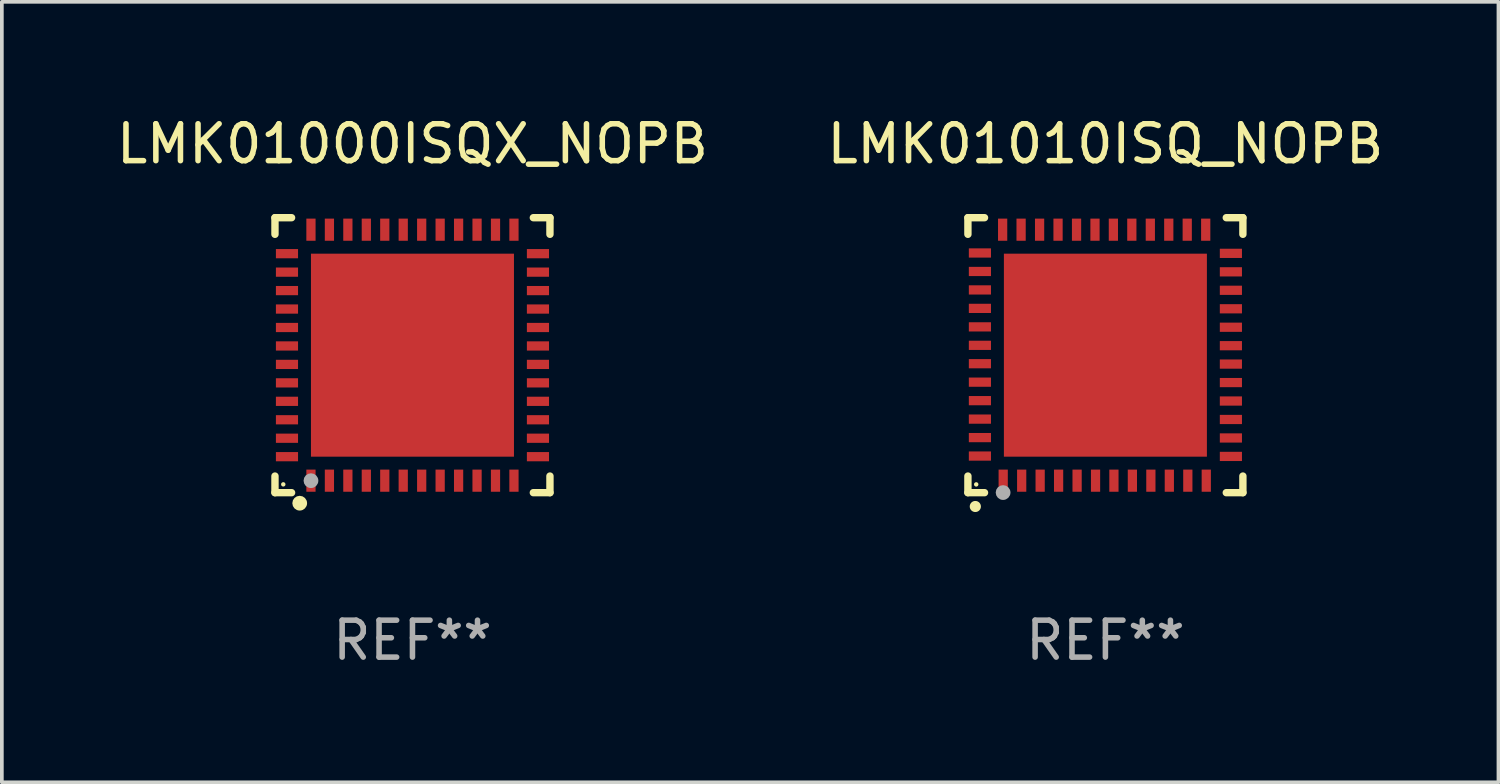
<source format=kicad_pcb>
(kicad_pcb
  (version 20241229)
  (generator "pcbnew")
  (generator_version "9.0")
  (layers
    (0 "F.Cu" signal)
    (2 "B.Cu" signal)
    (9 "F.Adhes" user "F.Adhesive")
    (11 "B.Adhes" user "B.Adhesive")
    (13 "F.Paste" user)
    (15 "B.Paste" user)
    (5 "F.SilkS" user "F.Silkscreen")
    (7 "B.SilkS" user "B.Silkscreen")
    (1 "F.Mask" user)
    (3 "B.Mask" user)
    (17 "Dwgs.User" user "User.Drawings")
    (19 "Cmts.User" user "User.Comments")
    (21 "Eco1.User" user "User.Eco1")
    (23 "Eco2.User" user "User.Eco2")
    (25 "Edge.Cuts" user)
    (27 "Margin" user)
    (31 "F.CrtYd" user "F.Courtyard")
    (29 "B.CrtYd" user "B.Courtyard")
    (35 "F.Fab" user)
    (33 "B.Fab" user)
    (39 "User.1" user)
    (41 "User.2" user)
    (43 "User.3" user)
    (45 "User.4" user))
  (footprint "LMK01000ISQX_NOPB"
    (layer "F.Cu")
    (at 8.125 6.573)
    (property "Reference" "LMK01000ISQX_NOPB" (at 0 -5.725 0) (layer "F.SilkS") (effects (font (size 1 1) (thickness 0.15))))
    (attr through_hole)
    (fp_line (start -3.725 -3.725) (end -3.275 -3.725) (stroke (width 0.2) (type solid)) (layer "F.SilkS"))
    (fp_line (start -3.725 -3.275) (end -3.725 -3.725) (stroke (width 0.2) (type solid)) (layer "F.SilkS"))
    (fp_line (start -3.725 3.725) (end -3.725 3.275) (stroke (width 0.2) (type solid)) (layer "F.SilkS"))
    (fp_line (start -3.275 3.725) (end -3.725 3.725) (stroke (width 0.2) (type solid)) (layer "F.SilkS"))
    (fp_line (start 3.275 3.725) (end 3.725 3.725) (stroke (width 0.2) (type solid)) (layer "F.SilkS"))
    (fp_line (start 3.725 -3.725) (end 3.275 -3.725) (stroke (width 0.2) (type solid)) (layer "F.SilkS"))
    (fp_line (start 3.725 -3.275) (end 3.725 -3.725) (stroke (width 0.2) (type solid)) (layer "F.SilkS"))
    (fp_line (start 3.725 3.725) (end 3.725 3.275) (stroke (width 0.2) (type solid)) (layer "F.SilkS"))
    (fp_circle (center -3.5 3.5) (end -3.47 3.5) (stroke (width 0.06) (type solid)) (fill no) (layer "F.SilkS"))
    (fp_circle (center -3.055 4.01) (end -2.955 4.01) (stroke (width 0.2) (type solid)) (fill no) (layer "F.SilkS"))
    (fp_circle (center -2.75 3.4) (end -2.65 3.4) (stroke (width 0.2) (type solid)) (fill no) (layer "F.Fab"))
    (fp_text user "REF**" (at 0 7.725 0) (layer "F.Fab") (effects (font (size 1 1) (thickness 0.15))))
    (pad "1" smd rect (at -2.75 3.4 180) (size 0.25 0.6) (layers "F.Cu" "F.Mask" "F.Paste"))
    (pad "2" smd rect (at -2.25 3.4 180) (size 0.25 0.6) (layers "F.Cu" "F.Mask" "F.Paste"))
    (pad "3" smd rect (at -1.75 3.4 180) (size 0.25 0.6) (layers "F.Cu" "F.Mask" "F.Paste"))
    (pad "4" smd rect (at -1.25 3.4 180) (size 0.25 0.6) (layers "F.Cu" "F.Mask" "F.Paste"))
    (pad "5" smd rect (at -0.75 3.4 180) (size 0.25 0.6) (layers "F.Cu" "F.Mask" "F.Paste"))
    (pad "6" smd rect (at -0.25 3.4 180) (size 0.25 0.6) (layers "F.Cu" "F.Mask" "F.Paste"))
    (pad "7" smd rect (at 0.25 3.4 180) (size 0.25 0.6) (layers "F.Cu" "F.Mask" "F.Paste"))
    (pad "8" smd rect (at 0.75 3.4 180) (size 0.25 0.6) (layers "F.Cu" "F.Mask" "F.Paste"))
    (pad "9" smd rect (at 1.25 3.4 180) (size 0.25 0.6) (layers "F.Cu" "F.Mask" "F.Paste"))
    (pad "10" smd rect (at 1.75 3.4 180) (size 0.25 0.6) (layers "F.Cu" "F.Mask" "F.Paste"))
    (pad "11" smd rect (at 2.25 3.4 180) (size 0.25 0.6) (layers "F.Cu" "F.Mask" "F.Paste"))
    (pad "12" smd rect (at 2.75 3.4 180) (size 0.25 0.6) (layers "F.Cu" "F.Mask" "F.Paste"))
    (pad "13" smd rect (at 3.4 2.75 90) (size 0.25 0.6) (layers "F.Cu" "F.Mask" "F.Paste"))
    (pad "14" smd rect (at 3.4 2.25 90) (size 0.25 0.6) (layers "F.Cu" "F.Mask" "F.Paste"))
    (pad "15" smd rect (at 3.4 1.75 90) (size 0.25 0.6) (layers "F.Cu" "F.Mask" "F.Paste"))
    (pad "16" smd rect (at 3.4 1.25 90) (size 0.25 0.6) (layers "F.Cu" "F.Mask" "F.Paste"))
    (pad "17" smd rect (at 3.4 0.75 90) (size 0.25 0.6) (layers "F.Cu" "F.Mask" "F.Paste"))
    (pad "18" smd rect (at 3.4 0.25 90) (size 0.25 0.6) (layers "F.Cu" "F.Mask" "F.Paste"))
    (pad "19" smd rect (at 3.4 -0.25 90) (size 0.25 0.6) (layers "F.Cu" "F.Mask" "F.Paste"))
    (pad "20" smd rect (at 3.4 -0.75 90) (size 0.25 0.6) (layers "F.Cu" "F.Mask" "F.Paste"))
    (pad "21" smd rect (at 3.4 -1.25 90) (size 0.25 0.6) (layers "F.Cu" "F.Mask" "F.Paste"))
    (pad "22" smd rect (at 3.4 -1.75 90) (size 0.25 0.6) (layers "F.Cu" "F.Mask" "F.Paste"))
    (pad "23" smd rect (at 3.4 -2.25 90) (size 0.25 0.6) (layers "F.Cu" "F.Mask" "F.Paste"))
    (pad "24" smd rect (at 3.4 -2.75 90) (size 0.25 0.6) (layers "F.Cu" "F.Mask" "F.Paste"))
    (pad "25" smd rect (at 2.75 -3.4 180) (size 0.25 0.6) (layers "F.Cu" "F.Mask" "F.Paste"))
    (pad "26" smd rect (at 2.25 -3.4 180) (size 0.25 0.6) (layers "F.Cu" "F.Mask" "F.Paste"))
    (pad "27" smd rect (at 1.75 -3.4 180) (size 0.25 0.6) (layers "F.Cu" "F.Mask" "F.Paste"))
    (pad "28" smd rect (at 1.25 -3.4 180) (size 0.25 0.6) (layers "F.Cu" "F.Mask" "F.Paste"))
    (pad "29" smd rect (at 0.75 -3.4 180) (size 0.25 0.6) (layers "F.Cu" "F.Mask" "F.Paste"))
    (pad "30" smd rect (at 0.25 -3.4 180) (size 0.25 0.6) (layers "F.Cu" "F.Mask" "F.Paste"))
    (pad "31" smd rect (at -0.25 -3.4 180) (size 0.25 0.6) (layers "F.Cu" "F.Mask" "F.Paste"))
    (pad "32" smd rect (at -0.75 -3.4 180) (size 0.25 0.6) (layers "F.Cu" "F.Mask" "F.Paste"))
    (pad "33" smd rect (at -1.25 -3.4 180) (size 0.25 0.6) (layers "F.Cu" "F.Mask" "F.Paste"))
    (pad "34" smd rect (at -1.75 -3.4 180) (size 0.25 0.6) (layers "F.Cu" "F.Mask" "F.Paste"))
    (pad "35" smd rect (at -2.25 -3.4 180) (size 0.25 0.6) (layers "F.Cu" "F.Mask" "F.Paste"))
    (pad "36" smd rect (at -2.75 -3.4 180) (size 0.25 0.6) (layers "F.Cu" "F.Mask" "F.Paste"))
    (pad "37" smd rect (at -3.4 -2.75 90) (size 0.25 0.6) (layers "F.Cu" "F.Mask" "F.Paste"))
    (pad "38" smd rect (at -3.4 -2.25 90) (size 0.25 0.6) (layers "F.Cu" "F.Mask" "F.Paste"))
    (pad "39" smd rect (at -3.4 -1.75 90) (size 0.25 0.6) (layers "F.Cu" "F.Mask" "F.Paste"))
    (pad "40" smd rect (at -3.4 -1.25 90) (size 0.25 0.6) (layers "F.Cu" "F.Mask" "F.Paste"))
    (pad "41" smd rect (at -3.4 -0.75 90) (size 0.25 0.6) (layers "F.Cu" "F.Mask" "F.Paste"))
    (pad "42" smd rect (at -3.4 -0.25 90) (size 0.25 0.6) (layers "F.Cu" "F.Mask" "F.Paste"))
    (pad "43" smd rect (at -3.4 0.25 90) (size 0.25 0.6) (layers "F.Cu" "F.Mask" "F.Paste"))
    (pad "44" smd rect (at -3.4 0.75 90) (size 0.25 0.6) (layers "F.Cu" "F.Mask" "F.Paste"))
    (pad "45" smd rect (at -3.4 1.25 90) (size 0.25 0.6) (layers "F.Cu" "F.Mask" "F.Paste"))
    (pad "46" smd rect (at -3.4 1.75 90) (size 0.25 0.6) (layers "F.Cu" "F.Mask" "F.Paste"))
    (pad "47" smd rect (at -3.4 2.25 90) (size 0.25 0.6) (layers "F.Cu" "F.Mask" "F.Paste"))
    (pad "48" smd rect (at -3.4 2.75 90) (size 0.25 0.6) (layers "F.Cu" "F.Mask" "F.Paste"))
    (pad "49" smd rect (at -0.000076 -0.000076 90) (size 5.5 5.5) (layers "F.Cu" "F.Mask" "F.Paste")))
  (footprint "LMK01010ISQ_NOPB"
    (layer "F.Cu")
    (at 26.899 6.573)
    (property "Reference" "LMK01010ISQ_NOPB" (at 0 -5.725 0) (layer "F.SilkS") (effects (font (size 1 1) (thickness 0.15))))
    (attr through_hole)
    (fp_line (start -3.725 -3.725) (end -3.275 -3.725) (stroke (width 0.2) (type solid)) (layer "F.SilkS"))
    (fp_line (start -3.725 -3.275) (end -3.725 -3.725) (stroke (width 0.2) (type solid)) (layer "F.SilkS"))
    (fp_line (start -3.725 3.725) (end -3.725 3.275) (stroke (width 0.2) (type solid)) (layer "F.SilkS"))
    (fp_line (start -3.275 3.725) (end -3.725 3.725) (stroke (width 0.2) (type solid)) (layer "F.SilkS"))
    (fp_line (start 3.275 3.725) (end 3.725 3.725) (stroke (width 0.2) (type solid)) (layer "F.SilkS"))
    (fp_line (start 3.725 -3.725) (end 3.275 -3.725) (stroke (width 0.2) (type solid)) (layer "F.SilkS"))
    (fp_line (start 3.725 -3.275) (end 3.725 -3.725) (stroke (width 0.2) (type solid)) (layer "F.SilkS"))
    (fp_line (start 3.725 3.725) (end 3.725 3.275) (stroke (width 0.2) (type solid)) (layer "F.SilkS"))
    (fp_arc (start -3.525527 4.099568) (mid -3.524257 4.099563) (end -3.522987 4.099568) (stroke (width 0.3) (type solid)) (layer "F.SilkS"))
    (fp_circle (center -3.5 3.501) (end -3.47 3.501) (stroke (width 0.06) (type solid)) (fill no) (layer "F.SilkS"))
    (fp_circle (center -2.772 3.722) (end -2.672 3.722) (stroke (width 0.2) (type solid)) (fill no) (layer "F.Fab"))
    (fp_text user "REF**" (at 0 7.725 0) (layer "F.Fab") (effects (font (size 1 1) (thickness 0.15))))
    (pad "1" smd rect (at -2.769 3.4 180) (size 0.25 0.6) (layers "F.Cu" "F.Mask" "F.Paste"))
    (pad "2" smd rect (at -2.268 3.4 180) (size 0.25 0.6) (layers "F.Cu" "F.Mask" "F.Paste"))
    (pad "3" smd rect (at -1.768 3.4 180) (size 0.25 0.6) (layers "F.Cu" "F.Mask" "F.Paste"))
    (pad "4" smd rect (at -1.268 3.4 180) (size 0.25 0.6) (layers "F.Cu" "F.Mask" "F.Paste"))
    (pad "5" smd rect (at -0.767 3.4 180) (size 0.25 0.6) (layers "F.Cu" "F.Mask" "F.Paste"))
    (pad "6" smd rect (at -0.267 3.4 180) (size 0.25 0.6) (layers "F.Cu" "F.Mask" "F.Paste"))
    (pad "7" smd rect (at 0.231 3.4 180) (size 0.25 0.6) (layers "F.Cu" "F.Mask" "F.Paste"))
    (pad "8" smd rect (at 0.731 3.4 180) (size 0.25 0.6) (layers "F.Cu" "F.Mask" "F.Paste"))
    (pad "9" smd rect (at 1.232 3.4 180) (size 0.25 0.6) (layers "F.Cu" "F.Mask" "F.Paste"))
    (pad "10" smd rect (at 1.732 3.4 180) (size 0.25 0.6) (layers "F.Cu" "F.Mask" "F.Paste"))
    (pad "11" smd rect (at 2.233 3.4 180) (size 0.25 0.6) (layers "F.Cu" "F.Mask" "F.Paste"))
    (pad "12" smd rect (at 2.733 3.4 180) (size 0.25 0.6) (layers "F.Cu" "F.Mask" "F.Paste"))
    (pad "13" smd rect (at 3.4 2.743 90) (size 0.25 0.6) (layers "F.Cu" "F.Mask" "F.Paste"))
    (pad "14" smd rect (at 3.4 2.243 90) (size 0.25 0.6) (layers "F.Cu" "F.Mask" "F.Paste"))
    (pad "15" smd rect (at 3.4 1.742 90) (size 0.25 0.6) (layers "F.Cu" "F.Mask" "F.Paste"))
    (pad "16" smd rect (at 3.4 1.242 90) (size 0.25 0.6) (layers "F.Cu" "F.Mask" "F.Paste"))
    (pad "17" smd rect (at 3.4 0.742 90) (size 0.25 0.6) (layers "F.Cu" "F.Mask" "F.Paste"))
    (pad "18" smd rect (at 3.4 0.241 90) (size 0.25 0.6) (layers "F.Cu" "F.Mask" "F.Paste"))
    (pad "19" smd rect (at 3.4 -0.257 90) (size 0.25 0.6) (layers "F.Cu" "F.Mask" "F.Paste"))
    (pad "20" smd rect (at 3.4 -0.757 90) (size 0.25 0.6) (layers "F.Cu" "F.Mask" "F.Paste"))
    (pad "21" smd rect (at 3.4 -1.257 90) (size 0.25 0.6) (layers "F.Cu" "F.Mask" "F.Paste"))
    (pad "22" smd rect (at 3.4 -1.758 90) (size 0.25 0.6) (layers "F.Cu" "F.Mask" "F.Paste"))
    (pad "23" smd rect (at 3.4 -2.258 90) (size 0.25 0.6) (layers "F.Cu" "F.Mask" "F.Paste"))
    (pad "24" smd rect (at 3.4 -2.759 90) (size 0.25 0.6) (layers "F.Cu" "F.Mask" "F.Paste"))
    (pad "25" smd rect (at 2.718 -3.4 180) (size 0.25 0.6) (layers "F.Cu" "F.Mask" "F.Paste"))
    (pad "26" smd rect (at 2.217 -3.4 180) (size 0.25 0.6) (layers "F.Cu" "F.Mask" "F.Paste"))
    (pad "27" smd rect (at 1.717 -3.4 180) (size 0.25 0.6) (layers "F.Cu" "F.Mask" "F.Paste"))
    (pad "28" smd rect (at 1.217 -3.4 180) (size 0.25 0.6) (layers "F.Cu" "F.Mask" "F.Paste"))
    (pad "29" smd rect (at 0.716 -3.4 180) (size 0.25 0.6) (layers "F.Cu" "F.Mask" "F.Paste"))
    (pad "30" smd rect (at 0.216 -3.4 180) (size 0.25 0.6) (layers "F.Cu" "F.Mask" "F.Paste"))
    (pad "31" smd rect (at -0.282 -3.4 180) (size 0.25 0.6) (layers "F.Cu" "F.Mask" "F.Paste"))
    (pad "32" smd rect (at -0.782 -3.4 180) (size 0.25 0.6) (layers "F.Cu" "F.Mask" "F.Paste"))
    (pad "33" smd rect (at -1.283 -3.4 180) (size 0.25 0.6) (layers "F.Cu" "F.Mask" "F.Paste"))
    (pad "34" smd rect (at -1.783 -3.4 180) (size 0.25 0.6) (layers "F.Cu" "F.Mask" "F.Paste"))
    (pad "35" smd rect (at -2.284 -3.4 180) (size 0.25 0.6) (layers "F.Cu" "F.Mask" "F.Paste"))
    (pad "36" smd rect (at -2.784 -3.4 180) (size 0.25 0.6) (layers "F.Cu" "F.Mask" "F.Paste"))
    (pad "37" smd rect (at -3.4 -2.769 90) (size 0.25 0.6) (layers "F.Cu" "F.Mask" "F.Paste"))
    (pad "38" smd rect (at -3.4 -2.268 90) (size 0.25 0.6) (layers "F.Cu" "F.Mask" "F.Paste"))
    (pad "39" smd rect (at -3.4 -1.768 90) (size 0.25 0.6) (layers "F.Cu" "F.Mask" "F.Paste"))
    (pad "40" smd rect (at -3.4 -1.268 90) (size 0.25 0.6) (layers "F.Cu" "F.Mask" "F.Paste"))
    (pad "41" smd rect (at -3.4 -0.767 90) (size 0.25 0.6) (layers "F.Cu" "F.Mask" "F.Paste"))
    (pad "42" smd rect (at -3.4 -0.267 90) (size 0.25 0.6) (layers "F.Cu" "F.Mask" "F.Paste"))
    (pad "43" smd rect (at -3.4 0.231 90) (size 0.25 0.6) (layers "F.Cu" "F.Mask" "F.Paste"))
    (pad "44" smd rect (at -3.4 0.731 90) (size 0.25 0.6) (layers "F.Cu" "F.Mask" "F.Paste"))
    (pad "45" smd rect (at -3.4 1.232 90) (size 0.25 0.6) (layers "F.Cu" "F.Mask" "F.Paste"))
    (pad "46" smd rect (at -3.4 1.732 90) (size 0.25 0.6) (layers "F.Cu" "F.Mask" "F.Paste"))
    (pad "47" smd rect (at -3.4 2.233 90) (size 0.25 0.6) (layers "F.Cu" "F.Mask" "F.Paste"))
    (pad "48" smd rect (at -3.4 2.733 90) (size 0.25 0.6) (layers "F.Cu" "F.Mask" "F.Paste"))
    (pad "49" smd rect (at -0.000076 -0.000076 90) (size 5.5 5.5) (layers "F.Cu" "F.Mask" "F.Paste")))
  (gr_rect
    (start -3 -3)
    (end 37.548 18.146)
    (stroke (width 0.1) (type default))
    (fill no)
    (layer "Edge.Cuts")))
</source>
